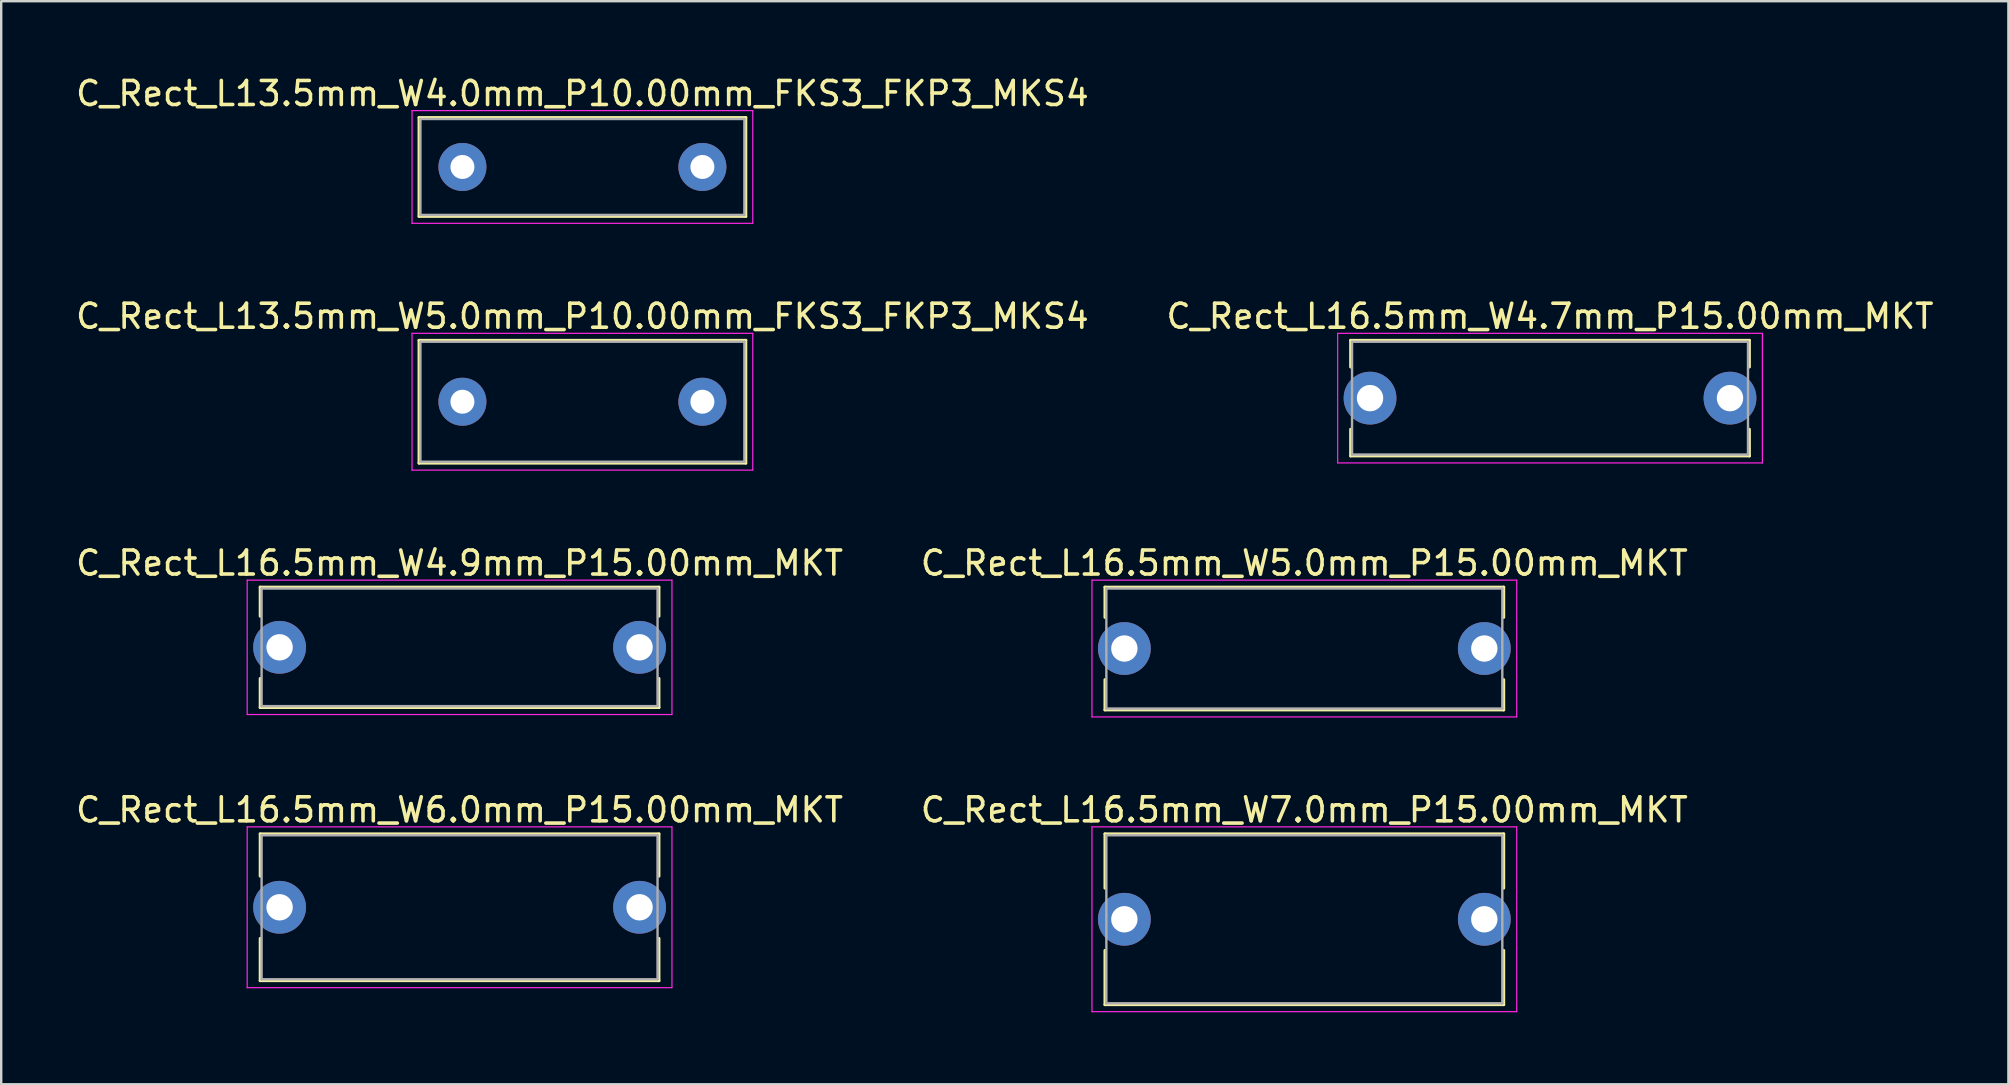
<source format=kicad_pcb>
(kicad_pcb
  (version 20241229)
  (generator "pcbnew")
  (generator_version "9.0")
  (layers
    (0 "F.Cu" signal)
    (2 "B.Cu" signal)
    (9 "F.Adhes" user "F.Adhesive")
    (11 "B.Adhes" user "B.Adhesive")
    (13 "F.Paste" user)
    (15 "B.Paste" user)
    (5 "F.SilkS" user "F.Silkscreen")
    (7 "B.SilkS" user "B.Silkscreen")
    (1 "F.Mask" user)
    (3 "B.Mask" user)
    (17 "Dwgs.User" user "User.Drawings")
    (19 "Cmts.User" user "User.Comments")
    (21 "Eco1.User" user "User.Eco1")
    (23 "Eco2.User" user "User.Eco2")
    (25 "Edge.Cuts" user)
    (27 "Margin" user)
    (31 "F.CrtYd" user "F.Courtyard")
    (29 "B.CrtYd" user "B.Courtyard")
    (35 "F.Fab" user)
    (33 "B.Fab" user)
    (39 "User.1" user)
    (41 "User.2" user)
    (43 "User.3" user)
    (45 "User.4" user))
  (footprint "C_Rect_L13.5mm_W4.0mm_P10.00mm_FKS3_FKP3_MKS4"
    (layer "F.Cu")
    (at 16.22 3.908)
    (property "Reference" "C_Rect_L13.5mm_W4.0mm_P10.00mm_FKS3_FKP3_MKS4" (at 5 -3.06 0) (layer "F.SilkS") (effects (font (size 1 1) (thickness 0.15))))
    (attr through_hole)
    (fp_line (start -1.81 -2.06) (end -1.81 2.06) (stroke (width 0.12) (type solid)) (layer "F.SilkS"))
    (fp_line (start -1.81 -2.06) (end 11.81 -2.06) (stroke (width 0.12) (type solid)) (layer "F.SilkS"))
    (fp_line (start -1.81 2.06) (end 11.81 2.06) (stroke (width 0.12) (type solid)) (layer "F.SilkS"))
    (fp_line (start 11.81 -2.06) (end 11.81 2.06) (stroke (width 0.12) (type solid)) (layer "F.SilkS"))
    (fp_line (start -2.1 -2.35) (end -2.1 2.35) (stroke (width 0.05) (type solid)) (layer "F.CrtYd"))
    (fp_line (start -2.1 2.35) (end 12.1 2.35) (stroke (width 0.05) (type solid)) (layer "F.CrtYd"))
    (fp_line (start 12.1 -2.35) (end -2.1 -2.35) (stroke (width 0.05) (type solid)) (layer "F.CrtYd"))
    (fp_line (start 12.1 2.35) (end 12.1 -2.35) (stroke (width 0.05) (type solid)) (layer "F.CrtYd"))
    (fp_line (start -1.75 -2) (end -1.75 2) (stroke (width 0.1) (type solid)) (layer "F.Fab"))
    (fp_line (start -1.75 2) (end 11.75 2) (stroke (width 0.1) (type solid)) (layer "F.Fab"))
    (fp_line (start 11.75 -2) (end -1.75 -2) (stroke (width 0.1) (type solid)) (layer "F.Fab"))
    (fp_line (start 11.75 2) (end 11.75 -2) (stroke (width 0.1) (type solid)) (layer "F.Fab"))
    (pad "1" thru_hole circle (at 0 0) (size 2 2) (drill 1) (layers "*.Cu" "*.Mask"))
    (pad "2" thru_hole circle (at 10 0) (size 2 2) (drill 1) (layers "*.Cu" "*.Mask")))
  (footprint "C_Rect_L16.5mm_W6.0mm_P15.00mm_MKT"
    (layer "F.Cu")
    (at 8.601 34.758)
    (property "Reference" "C_Rect_L16.5mm_W6.0mm_P15.00mm_MKT" (at 7.5 -4.06 0) (layer "F.SilkS") (effects (font (size 1 1) (thickness 0.15))))
    (attr through_hole)
    (fp_line (start -0.81 -3.06) (end -0.81 -1.296) (stroke (width 0.12) (type solid)) (layer "F.SilkS"))
    (fp_line (start -0.81 -3.06) (end 15.81 -3.06) (stroke (width 0.12) (type solid)) (layer "F.SilkS"))
    (fp_line (start -0.81 1.296) (end -0.81 3.06) (stroke (width 0.12) (type solid)) (layer "F.SilkS"))
    (fp_line (start -0.81 3.06) (end 15.81 3.06) (stroke (width 0.12) (type solid)) (layer "F.SilkS"))
    (fp_line (start 15.81 -3.06) (end 15.81 -1.296) (stroke (width 0.12) (type solid)) (layer "F.SilkS"))
    (fp_line (start 15.81 1.296) (end 15.81 3.06) (stroke (width 0.12) (type solid)) (layer "F.SilkS"))
    (fp_line (start -1.35 -3.35) (end -1.35 3.35) (stroke (width 0.05) (type solid)) (layer "F.CrtYd"))
    (fp_line (start -1.35 3.35) (end 16.35 3.35) (stroke (width 0.05) (type solid)) (layer "F.CrtYd"))
    (fp_line (start 16.35 -3.35) (end -1.35 -3.35) (stroke (width 0.05) (type solid)) (layer "F.CrtYd"))
    (fp_line (start 16.35 3.35) (end 16.35 -3.35) (stroke (width 0.05) (type solid)) (layer "F.CrtYd"))
    (fp_line (start -0.75 -3) (end -0.75 3) (stroke (width 0.1) (type solid)) (layer "F.Fab"))
    (fp_line (start -0.75 3) (end 15.75 3) (stroke (width 0.1) (type solid)) (layer "F.Fab"))
    (fp_line (start 15.75 -3) (end -0.75 -3) (stroke (width 0.1) (type solid)) (layer "F.Fab"))
    (fp_line (start 15.75 3) (end 15.75 -3) (stroke (width 0.1) (type solid)) (layer "F.Fab"))
    (pad "1" thru_hole circle (at 0 0) (size 2.2 2.2) (drill 1.1) (layers "*.Cu" "*.Mask"))
    (pad "2" thru_hole circle (at 15 0) (size 2.2 2.2) (drill 1.1) (layers "*.Cu" "*.Mask")))
  (footprint "C_Rect_L16.5mm_W5.0mm_P15.00mm_MKT"
    (layer "F.Cu")
    (at 43.804 23.975)
    (property "Reference" "C_Rect_L16.5mm_W5.0mm_P15.00mm_MKT" (at 7.5 -3.56 0) (layer "F.SilkS") (effects (font (size 1 1) (thickness 0.15))))
    (attr through_hole)
    (fp_line (start -0.81 -2.56) (end -0.81 -1.296) (stroke (width 0.12) (type solid)) (layer "F.SilkS"))
    (fp_line (start -0.81 -2.56) (end 15.81 -2.56) (stroke (width 0.12) (type solid)) (layer "F.SilkS"))
    (fp_line (start -0.81 1.296) (end -0.81 2.56) (stroke (width 0.12) (type solid)) (layer "F.SilkS"))
    (fp_line (start -0.81 2.56) (end 15.81 2.56) (stroke (width 0.12) (type solid)) (layer "F.SilkS"))
    (fp_line (start 15.81 -2.56) (end 15.81 -1.296) (stroke (width 0.12) (type solid)) (layer "F.SilkS"))
    (fp_line (start 15.81 1.296) (end 15.81 2.56) (stroke (width 0.12) (type solid)) (layer "F.SilkS"))
    (fp_line (start -1.35 -2.85) (end -1.35 2.85) (stroke (width 0.05) (type solid)) (layer "F.CrtYd"))
    (fp_line (start -1.35 2.85) (end 16.35 2.85) (stroke (width 0.05) (type solid)) (layer "F.CrtYd"))
    (fp_line (start 16.35 -2.85) (end -1.35 -2.85) (stroke (width 0.05) (type solid)) (layer "F.CrtYd"))
    (fp_line (start 16.35 2.85) (end 16.35 -2.85) (stroke (width 0.05) (type solid)) (layer "F.CrtYd"))
    (fp_line (start -0.75 -2.5) (end -0.75 2.5) (stroke (width 0.1) (type solid)) (layer "F.Fab"))
    (fp_line (start -0.75 2.5) (end 15.75 2.5) (stroke (width 0.1) (type solid)) (layer "F.Fab"))
    (fp_line (start 15.75 -2.5) (end -0.75 -2.5) (stroke (width 0.1) (type solid)) (layer "F.Fab"))
    (fp_line (start 15.75 2.5) (end 15.75 -2.5) (stroke (width 0.1) (type solid)) (layer "F.Fab"))
    (pad "1" thru_hole circle (at 0 0) (size 2.2 2.2) (drill 1.1) (layers "*.Cu" "*.Mask"))
    (pad "2" thru_hole circle (at 15 0) (size 2.2 2.2) (drill 1.1) (layers "*.Cu" "*.Mask")))
  (footprint "C_Rect_L16.5mm_W4.7mm_P15.00mm_MKT"
    (layer "F.Cu")
    (at 54.042 13.541)
    (property "Reference" "C_Rect_L16.5mm_W4.7mm_P15.00mm_MKT" (at 7.5 -3.41 0) (layer "F.SilkS") (effects (font (size 1 1) (thickness 0.15))))
    (attr through_hole)
    (fp_line (start -0.81 -2.41) (end -0.81 -1.296) (stroke (width 0.12) (type solid)) (layer "F.SilkS"))
    (fp_line (start -0.81 -2.41) (end 15.81 -2.41) (stroke (width 0.12) (type solid)) (layer "F.SilkS"))
    (fp_line (start -0.81 1.296) (end -0.81 2.41) (stroke (width 0.12) (type solid)) (layer "F.SilkS"))
    (fp_line (start -0.81 2.41) (end 15.81 2.41) (stroke (width 0.12) (type solid)) (layer "F.SilkS"))
    (fp_line (start 15.81 -2.41) (end 15.81 -1.296) (stroke (width 0.12) (type solid)) (layer "F.SilkS"))
    (fp_line (start 15.81 1.296) (end 15.81 2.41) (stroke (width 0.12) (type solid)) (layer "F.SilkS"))
    (fp_line (start -1.35 -2.7) (end -1.35 2.7) (stroke (width 0.05) (type solid)) (layer "F.CrtYd"))
    (fp_line (start -1.35 2.7) (end 16.35 2.7) (stroke (width 0.05) (type solid)) (layer "F.CrtYd"))
    (fp_line (start 16.35 -2.7) (end -1.35 -2.7) (stroke (width 0.05) (type solid)) (layer "F.CrtYd"))
    (fp_line (start 16.35 2.7) (end 16.35 -2.7) (stroke (width 0.05) (type solid)) (layer "F.CrtYd"))
    (fp_line (start -0.75 -2.35) (end -0.75 2.35) (stroke (width 0.1) (type solid)) (layer "F.Fab"))
    (fp_line (start -0.75 2.35) (end 15.75 2.35) (stroke (width 0.1) (type solid)) (layer "F.Fab"))
    (fp_line (start 15.75 -2.35) (end -0.75 -2.35) (stroke (width 0.1) (type solid)) (layer "F.Fab"))
    (fp_line (start 15.75 2.35) (end 15.75 -2.35) (stroke (width 0.1) (type solid)) (layer "F.Fab"))
    (pad "1" thru_hole circle (at 0 0) (size 2.2 2.2) (drill 1.1) (layers "*.Cu" "*.Mask"))
    (pad "2" thru_hole circle (at 15 0) (size 2.2 2.2) (drill 1.1) (layers "*.Cu" "*.Mask")))
  (footprint "C_Rect_L16.5mm_W4.9mm_P15.00mm_MKT"
    (layer "F.Cu")
    (at 8.601 23.925)
    (property "Reference" "C_Rect_L16.5mm_W4.9mm_P15.00mm_MKT" (at 7.5 -3.51 0) (layer "F.SilkS") (effects (font (size 1 1) (thickness 0.15))))
    (attr through_hole)
    (fp_line (start -0.81 -2.51) (end -0.81 -1.296) (stroke (width 0.12) (type solid)) (layer "F.SilkS"))
    (fp_line (start -0.81 -2.51) (end 15.81 -2.51) (stroke (width 0.12) (type solid)) (layer "F.SilkS"))
    (fp_line (start -0.81 1.296) (end -0.81 2.51) (stroke (width 0.12) (type solid)) (layer "F.SilkS"))
    (fp_line (start -0.81 2.51) (end 15.81 2.51) (stroke (width 0.12) (type solid)) (layer "F.SilkS"))
    (fp_line (start 15.81 -2.51) (end 15.81 -1.296) (stroke (width 0.12) (type solid)) (layer "F.SilkS"))
    (fp_line (start 15.81 1.296) (end 15.81 2.51) (stroke (width 0.12) (type solid)) (layer "F.SilkS"))
    (fp_line (start -1.35 -2.8) (end -1.35 2.8) (stroke (width 0.05) (type solid)) (layer "F.CrtYd"))
    (fp_line (start -1.35 2.8) (end 16.35 2.8) (stroke (width 0.05) (type solid)) (layer "F.CrtYd"))
    (fp_line (start 16.35 -2.8) (end -1.35 -2.8) (stroke (width 0.05) (type solid)) (layer "F.CrtYd"))
    (fp_line (start 16.35 2.8) (end 16.35 -2.8) (stroke (width 0.05) (type solid)) (layer "F.CrtYd"))
    (fp_line (start -0.75 -2.45) (end -0.75 2.45) (stroke (width 0.1) (type solid)) (layer "F.Fab"))
    (fp_line (start -0.75 2.45) (end 15.75 2.45) (stroke (width 0.1) (type solid)) (layer "F.Fab"))
    (fp_line (start 15.75 -2.45) (end -0.75 -2.45) (stroke (width 0.1) (type solid)) (layer "F.Fab"))
    (fp_line (start 15.75 2.45) (end 15.75 -2.45) (stroke (width 0.1) (type solid)) (layer "F.Fab"))
    (pad "1" thru_hole circle (at 0 0) (size 2.2 2.2) (drill 1.1) (layers "*.Cu" "*.Mask"))
    (pad "2" thru_hole circle (at 15 0) (size 2.2 2.2) (drill 1.1) (layers "*.Cu" "*.Mask")))
  (footprint "C_Rect_L13.5mm_W5.0mm_P10.00mm_FKS3_FKP3_MKS4"
    (layer "F.Cu")
    (at 16.22 13.691)
    (property "Reference" "C_Rect_L13.5mm_W5.0mm_P10.00mm_FKS3_FKP3_MKS4" (at 5 -3.56 0) (layer "F.SilkS") (effects (font (size 1 1) (thickness 0.15))))
    (attr through_hole)
    (fp_line (start -1.81 -2.56) (end -1.81 2.56) (stroke (width 0.12) (type solid)) (layer "F.SilkS"))
    (fp_line (start -1.81 -2.56) (end 11.81 -2.56) (stroke (width 0.12) (type solid)) (layer "F.SilkS"))
    (fp_line (start -1.81 2.56) (end 11.81 2.56) (stroke (width 0.12) (type solid)) (layer "F.SilkS"))
    (fp_line (start 11.81 -2.56) (end 11.81 2.56) (stroke (width 0.12) (type solid)) (layer "F.SilkS"))
    (fp_line (start -2.1 -2.85) (end -2.1 2.85) (stroke (width 0.05) (type solid)) (layer "F.CrtYd"))
    (fp_line (start -2.1 2.85) (end 12.1 2.85) (stroke (width 0.05) (type solid)) (layer "F.CrtYd"))
    (fp_line (start 12.1 -2.85) (end -2.1 -2.85) (stroke (width 0.05) (type solid)) (layer "F.CrtYd"))
    (fp_line (start 12.1 2.85) (end 12.1 -2.85) (stroke (width 0.05) (type solid)) (layer "F.CrtYd"))
    (fp_line (start -1.75 -2.5) (end -1.75 2.5) (stroke (width 0.1) (type solid)) (layer "F.Fab"))
    (fp_line (start -1.75 2.5) (end 11.75 2.5) (stroke (width 0.1) (type solid)) (layer "F.Fab"))
    (fp_line (start 11.75 -2.5) (end -1.75 -2.5) (stroke (width 0.1) (type solid)) (layer "F.Fab"))
    (fp_line (start 11.75 2.5) (end 11.75 -2.5) (stroke (width 0.1) (type solid)) (layer "F.Fab"))
    (pad "1" thru_hole circle (at 0 0) (size 2 2) (drill 1) (layers "*.Cu" "*.Mask"))
    (pad "2" thru_hole circle (at 10 0) (size 2 2) (drill 1) (layers "*.Cu" "*.Mask")))
  (footprint "C_Rect_L16.5mm_W7.0mm_P15.00mm_MKT"
    (layer "F.Cu")
    (at 43.804 35.258)
    (property "Reference" "C_Rect_L16.5mm_W7.0mm_P15.00mm_MKT" (at 7.5 -4.56 0) (layer "F.SilkS") (effects (font (size 1 1) (thickness 0.15))))
    (attr through_hole)
    (fp_line (start -0.81 -3.56) (end -0.81 -1.296) (stroke (width 0.12) (type solid)) (layer "F.SilkS"))
    (fp_line (start -0.81 -3.56) (end 15.81 -3.56) (stroke (width 0.12) (type solid)) (layer "F.SilkS"))
    (fp_line (start -0.81 1.296) (end -0.81 3.56) (stroke (width 0.12) (type solid)) (layer "F.SilkS"))
    (fp_line (start -0.81 3.56) (end 15.81 3.56) (stroke (width 0.12) (type solid)) (layer "F.SilkS"))
    (fp_line (start 15.81 -3.56) (end 15.81 -1.296) (stroke (width 0.12) (type solid)) (layer "F.SilkS"))
    (fp_line (start 15.81 1.296) (end 15.81 3.56) (stroke (width 0.12) (type solid)) (layer "F.SilkS"))
    (fp_line (start -1.35 -3.85) (end -1.35 3.85) (stroke (width 0.05) (type solid)) (layer "F.CrtYd"))
    (fp_line (start -1.35 3.85) (end 16.35 3.85) (stroke (width 0.05) (type solid)) (layer "F.CrtYd"))
    (fp_line (start 16.35 -3.85) (end -1.35 -3.85) (stroke (width 0.05) (type solid)) (layer "F.CrtYd"))
    (fp_line (start 16.35 3.85) (end 16.35 -3.85) (stroke (width 0.05) (type solid)) (layer "F.CrtYd"))
    (fp_line (start -0.75 -3.5) (end -0.75 3.5) (stroke (width 0.1) (type solid)) (layer "F.Fab"))
    (fp_line (start -0.75 3.5) (end 15.75 3.5) (stroke (width 0.1) (type solid)) (layer "F.Fab"))
    (fp_line (start 15.75 -3.5) (end -0.75 -3.5) (stroke (width 0.1) (type solid)) (layer "F.Fab"))
    (fp_line (start 15.75 3.5) (end 15.75 -3.5) (stroke (width 0.1) (type solid)) (layer "F.Fab"))
    (pad "1" thru_hole circle (at 0 0) (size 2.2 2.2) (drill 1.1) (layers "*.Cu" "*.Mask"))
    (pad "2" thru_hole circle (at 15 0) (size 2.2 2.2) (drill 1.1) (layers "*.Cu" "*.Mask")))
  (gr_rect
    (start -3 -3)
    (end 80.643 42.133)
    (stroke (width 0.1) (type default))
    (fill no)
    (layer "Edge.Cuts")))
</source>
